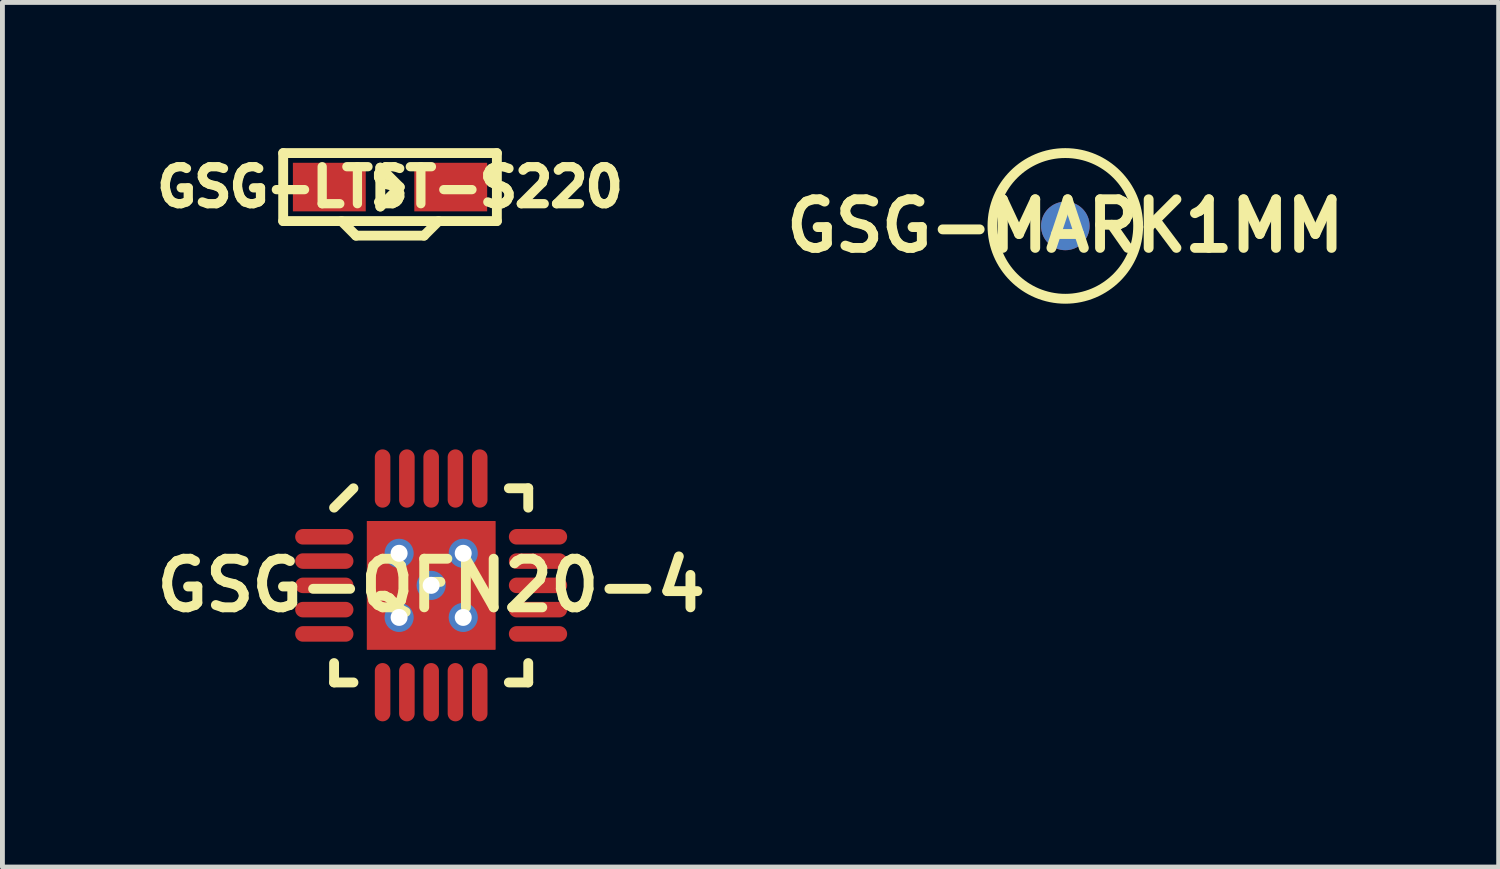
<source format=kicad_pcb>
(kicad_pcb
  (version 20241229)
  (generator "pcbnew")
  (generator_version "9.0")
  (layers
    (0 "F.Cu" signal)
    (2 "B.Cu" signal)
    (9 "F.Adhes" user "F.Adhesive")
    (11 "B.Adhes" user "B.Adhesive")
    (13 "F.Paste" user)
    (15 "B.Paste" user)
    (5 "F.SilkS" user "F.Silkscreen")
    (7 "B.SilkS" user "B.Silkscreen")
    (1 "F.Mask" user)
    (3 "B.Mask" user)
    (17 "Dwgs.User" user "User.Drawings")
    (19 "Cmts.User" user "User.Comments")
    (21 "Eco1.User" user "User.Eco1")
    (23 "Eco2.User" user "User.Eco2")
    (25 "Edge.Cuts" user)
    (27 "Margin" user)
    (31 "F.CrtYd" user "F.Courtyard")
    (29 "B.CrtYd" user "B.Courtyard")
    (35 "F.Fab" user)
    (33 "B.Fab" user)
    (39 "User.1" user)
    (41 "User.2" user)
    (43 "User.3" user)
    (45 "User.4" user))
  (footprint "GSG-QFN20-4"
    (layer "F.Cu")
    (at 5.828 9.003)
    (property "Reference" "GSG-QFN20-4" (at 0 0 0) (layer "F.SilkS") (effects (font (size 1.001 1.001) (thickness 0.203))))
    (attr through_hole)
    (fp_line (start -1.999 1.6) (end -1.999 1.999) (stroke (width 0.203) (type solid)) (layer "F.SilkS"))
    (fp_line (start -1.999 1.999) (end -1.6 1.999) (stroke (width 0.203) (type solid)) (layer "F.SilkS"))
    (fp_line (start -1.6 -1.999) (end -1.999 -1.6) (stroke (width 0.203) (type solid)) (layer "F.SilkS"))
    (fp_line (start 1.6 1.999) (end 1.999 1.999) (stroke (width 0.203) (type solid)) (layer "F.SilkS"))
    (fp_line (start 1.999 -1.999) (end 1.6 -1.999) (stroke (width 0.203) (type solid)) (layer "F.SilkS"))
    (fp_line (start 1.999 -1.6) (end 1.999 -1.999) (stroke (width 0.203) (type solid)) (layer "F.SilkS"))
    (fp_line (start 1.999 1.999) (end 1.999 1.6) (stroke (width 0.203) (type solid)) (layer "F.SilkS"))
    (pad "0" thru_hole circle (at -0.66 -0.66) (size 0.6 0.6) (drill 0.35) (layers "*.Cu" "B.Mask"))
    (pad "0" smd rect (at -0.66 -0.66) (size 1.32 1.32) (layers "F.Cu" "F.Paste"))
    (pad "0" thru_hole circle (at -0.66 0.66) (size 0.6 0.6) (drill 0.35) (layers "*.Cu" "B.Mask"))
    (pad "0" smd rect (at -0.66 0.66) (size 1.32 1.32) (layers "F.Cu" "F.Paste"))
    (pad "0" thru_hole circle (at 0 0) (size 0.6 0.6) (drill 0.35) (layers "*.Cu" "B.Mask"))
    (pad "0" smd rect (at 0 0) (size 2.65 2.65) (layers "F.Cu" "F.Mask"))
    (pad "0" thru_hole circle (at 0.66 -0.66) (size 0.6 0.6) (drill 0.35) (layers "*.Cu" "B.Mask"))
    (pad "0" smd rect (at 0.66 -0.66) (size 1.32 1.32) (layers "F.Cu" "F.Paste"))
    (pad "0" thru_hole circle (at 0.66 0.66) (size 0.6 0.6) (drill 0.35) (layers "*.Cu" "B.Mask"))
    (pad "0" smd rect (at 0.66 0.66) (size 1.32 1.32) (layers "F.Cu" "F.Paste"))
    (pad "1" smd oval (at -2.2 -1) (size 1.2 0.32) (layers "F.Cu" "F.Mask" "F.Paste"))
    (pad "2" smd oval (at -2.2 -0.5) (size 1.2 0.32) (layers "F.Cu" "F.Mask" "F.Paste"))
    (pad "3" smd oval (at -2.2 0) (size 1.2 0.32) (layers "F.Cu" "F.Mask" "F.Paste"))
    (pad "4" smd oval (at -2.2 0.5) (size 1.2 0.32) (layers "F.Cu" "F.Mask" "F.Paste"))
    (pad "5" smd oval (at -2.2 1) (size 1.2 0.32) (layers "F.Cu" "F.Mask" "F.Paste"))
    (pad "6" smd oval (at -1 2.2 90) (size 1.2 0.32) (layers "F.Cu" "F.Mask" "F.Paste"))
    (pad "7" smd oval (at -0.5 2.2 90) (size 1.2 0.32) (layers "F.Cu" "F.Mask" "F.Paste"))
    (pad "8" smd oval (at 0 2.2 90) (size 1.2 0.32) (layers "F.Cu" "F.Mask" "F.Paste"))
    (pad "9" smd oval (at 0.5 2.2 90) (size 1.2 0.32) (layers "F.Cu" "F.Mask" "F.Paste"))
    (pad "10" smd oval (at 1 2.2 90) (size 1.2 0.32) (layers "F.Cu" "F.Mask" "F.Paste"))
    (pad "11" smd oval (at 2.2 1) (size 1.2 0.32) (layers "F.Cu" "F.Mask" "F.Paste"))
    (pad "12" smd oval (at 2.2 0.5) (size 1.2 0.32) (layers "F.Cu" "F.Mask" "F.Paste"))
    (pad "13" smd oval (at 2.2 0) (size 1.2 0.32) (layers "F.Cu" "F.Mask" "F.Paste"))
    (pad "14" smd oval (at 2.2 -0.5) (size 1.2 0.32) (layers "F.Cu" "F.Mask" "F.Paste"))
    (pad "15" smd oval (at 2.2 -1) (size 1.2 0.32) (layers "F.Cu" "F.Mask" "F.Paste"))
    (pad "16" smd oval (at 1 -2.2 90) (size 1.2 0.32) (layers "F.Cu" "F.Mask" "F.Paste"))
    (pad "17" smd oval (at 0.5 -2.2 90) (size 1.2 0.32) (layers "F.Cu" "F.Mask" "F.Paste"))
    (pad "18" smd oval (at 0 -2.2 90) (size 1.2 0.32) (layers "F.Cu" "F.Mask" "F.Paste"))
    (pad "19" smd oval (at -0.5 -2.2 90) (size 1.2 0.32) (layers "F.Cu" "F.Mask" "F.Paste"))
    (pad "20" smd oval (at -1 -2.2 90) (size 1.2 0.32) (layers "F.Cu" "F.Mask" "F.Paste")))
  (footprint "GSG-MARK1MM"
    (layer "F.Cu")
    (at 18.886 1.602)
    (property "Reference" "GSG-MARK1MM" (at 0 0 0) (layer "F.SilkS") (effects (font (size 1.001 1.001) (thickness 0.203))))
    (attr through_hole)
    (fp_circle (center 0 0) (end 1.5 0) (stroke (width 0.203) (type solid)) (fill no) (layer "F.SilkS"))
    (pad "" smd circle (at 0 0) (size 1 1) (layers "*.Cu" "*.Mask")))
  (footprint "GSG-LTST-S220"
    (layer "F.Cu")
    (at 4.981 0.802)
    (property "Reference" "GSG-LTST-S220" (at 0 0 0) (layer "F.SilkS") (effects (font (size 0.762 0.762) (thickness 0.191))))
    (attr through_hole)
    (fp_line (start -2.2 -0.7) (end -2.2 0.7) (stroke (width 0.203) (type solid)) (layer "F.SilkS"))
    (fp_line (start -2.2 0.7) (end 2.2 0.7) (stroke (width 0.203) (type solid)) (layer "F.SilkS"))
    (fp_line (start -0.7 1) (end -1 0.7) (stroke (width 0.203) (type solid)) (layer "F.SilkS"))
    (fp_line (start -0.7 1) (end 0.7 1) (stroke (width 0.203) (type solid)) (layer "F.SilkS"))
    (fp_line (start -0.2 -0.4) (end -0.2 0.4) (stroke (width 0.203) (type solid)) (layer "F.SilkS"))
    (fp_line (start -0.2 0.4) (end 0.2 0) (stroke (width 0.203) (type solid)) (layer "F.SilkS"))
    (fp_line (start 0.2 0) (end -0.2 -0.4) (stroke (width 0.203) (type solid)) (layer "F.SilkS"))
    (fp_line (start 0.7 1) (end 1 0.7) (stroke (width 0.203) (type solid)) (layer "F.SilkS"))
    (fp_line (start 2.2 -0.7) (end -2.2 -0.7) (stroke (width 0.203) (type solid)) (layer "F.SilkS"))
    (fp_line (start 2.2 0.7) (end 2.2 -0.7) (stroke (width 0.203) (type solid)) (layer "F.SilkS"))
    (pad "1" smd rect (at -1.25 0) (size 1.5 1) (layers "F.Cu" "F.Mask" "F.Paste"))
    (pad "2" smd rect (at 1.25 0) (size 1.5 1) (layers "F.Cu" "F.Mask" "F.Paste")))
  (gr_rect
    (start -3 -3)
    (end 27.809 14.803)
    (stroke (width 0.1) (type default))
    (fill no)
    (layer "Edge.Cuts")))
</source>
